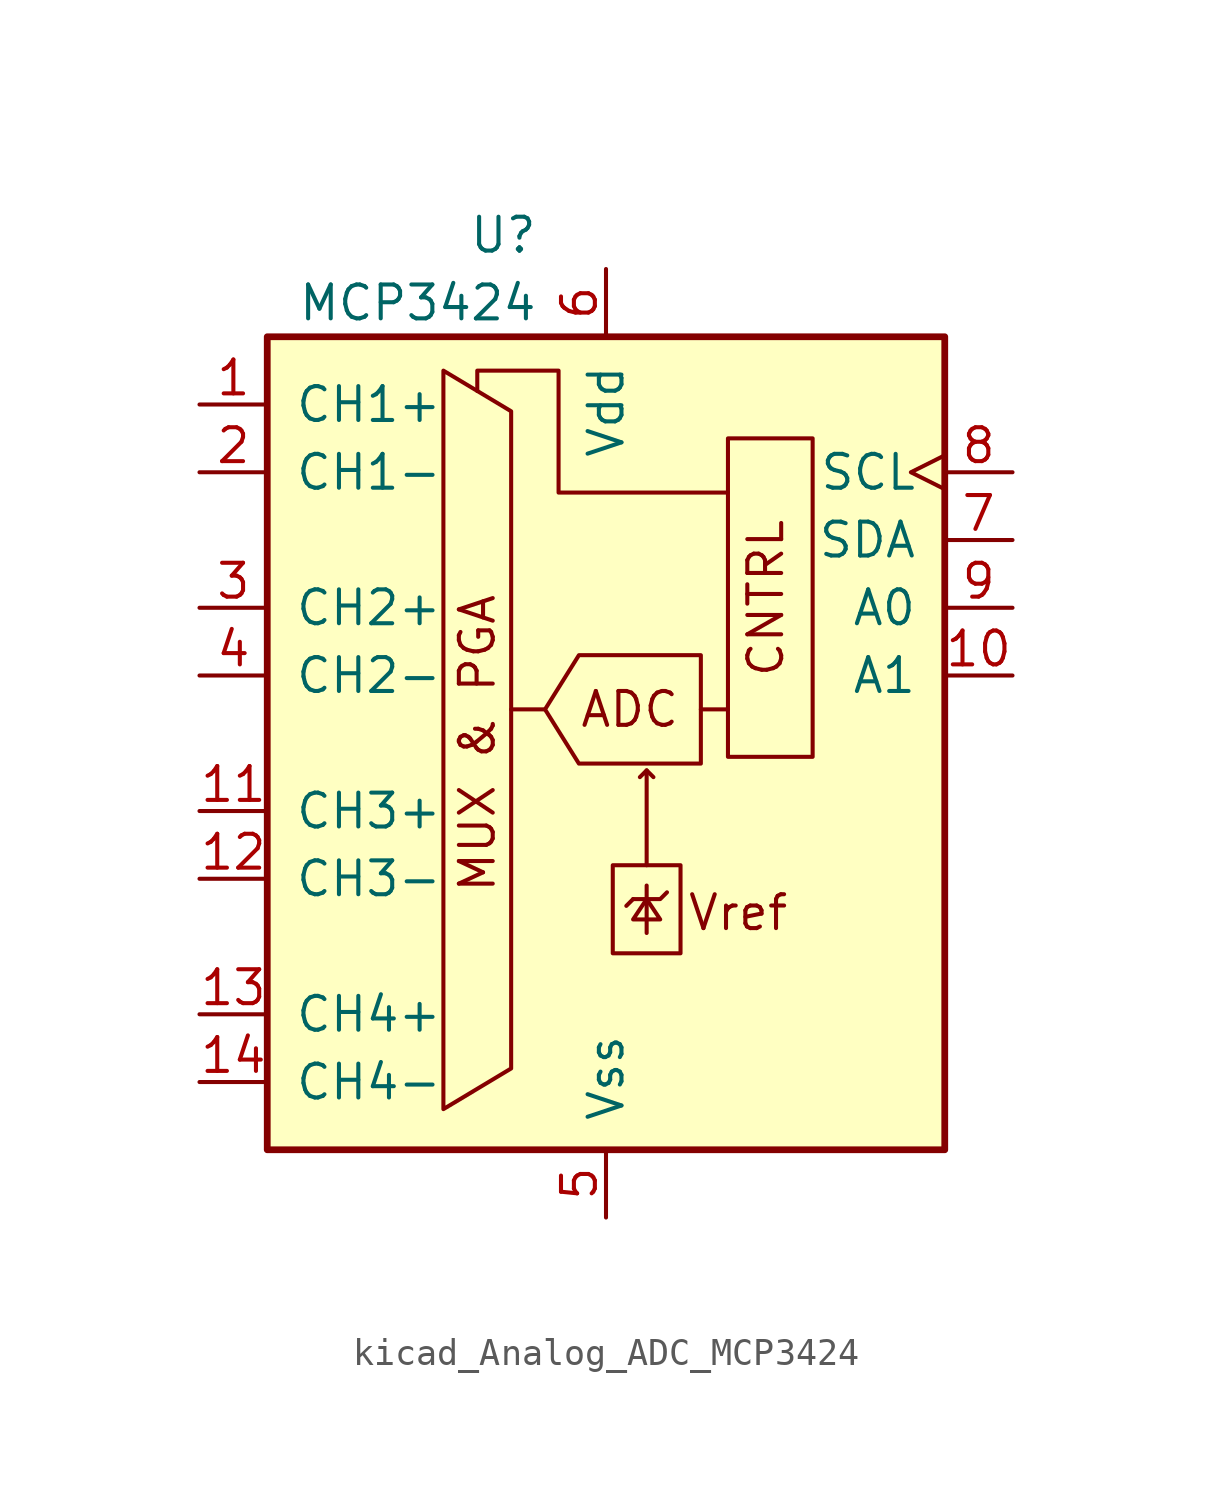
<source format=kicad_sym>
(kicad_symbol_lib
  (version 20220914)
  (generator kicad_symbol_editor)
  (symbol "kicad_Analog_ADC_MCP3424"
    (pin_names
      (offset 1.016))
    (property "Reference" "U"
      (at -2.54 11.43 0)
      (effects (font (size 1.27 1.27)) (justify right)))
    (property "Value" "MCP3424"
      (at -2.54 8.89 0)
      (effects (font (size 1.27 1.27)) (justify right)))
    (symbol "kicad_Analog_ADC_MCP3424_0_0"
      (polyline (pts (xy -6.096 6.35) (xy -3.556 4.826) (xy -3.556 -19.812) (xy -6.096 -21.336) (xy -6.096 6.35)) (stroke (width 0) (type default)) (fill (type none)))
      (polyline (pts (xy 4.572 1.778) (xy -1.778 1.778) (xy -1.778 6.35) (xy -4.826 6.35) (xy -4.826 5.588)) (stroke (width 0) (type default)) (fill (type none)))
      (polyline (pts (xy 3.556 -4.318) (xy 3.556 -8.382) (xy -1.016 -8.382) (xy -2.286 -6.35) (xy -1.016 -4.318) (xy 3.556 -4.318)) (stroke (width 0) (type default)) (fill (type none)))
      (text "ADC" (at 0.889 -6.35 0) (effects (font (size 1.27 1.27))))
      (text "CNTRL" (at 6.731 -5.207 900) (effects (font (size 1.27 1.27)) (justify left bottom)))
      (text "MUX & PGA" (at -4.826 -7.62 900) (effects (font (size 1.27 1.27))))
      (text "Vref" (at 4.953 -13.97 0) (effects (font (size 1.27 1.27)))))
    (symbol "kicad_Analog_ADC_MCP3424_0_1"
      (polyline (pts (xy -3.556 -6.35) (xy -2.286 -6.35)) (stroke (width 0) (type default)) (fill (type none)))
      (polyline (pts (xy 1.016 -13.462) (xy 0.762 -13.716)) (stroke (width 0) (type default)) (fill (type none)))
      (polyline (pts (xy 1.524 -12.954) (xy 1.524 -14.732)) (stroke (width 0) (type default)) (fill (type none)))
      (polyline (pts (xy 1.524 -8.636) (xy 1.778 -8.89)) (stroke (width 0) (type default)) (fill (type none)))
      (polyline (pts (xy 3.556 -6.35) (xy 4.572 -6.35)) (stroke (width 0) (type default)) (fill (type none)))
      (polyline (pts (xy 1.016 -13.462) (xy 2.032 -13.462) (xy 2.286 -13.208)) (stroke (width 0) (type default)) (fill (type none)))
      (polyline (pts (xy 1.524 -12.192) (xy 1.524 -8.636) (xy 1.27 -8.89)) (stroke (width 0) (type default)) (fill (type none)))
      (polyline (pts (xy 1.524 -13.462) (xy 1.016 -14.224) (xy 2.032 -14.224) (xy 1.524 -13.462)) (stroke (width 0) (type default)) (fill (type none)))
      (rectangle (start 0.254 -12.192) (end 2.794 -15.494) (stroke (width 0) (type default)) (fill (type none)))
      (rectangle (start 4.572 -8.128) (end 7.747 3.81) (stroke (width 0) (type default)) (fill (type none)))
      (rectangle (start 12.7 7.62) (end -12.7 -22.86) (stroke (width 0.254) (type default)) (fill (type background))))
    (symbol "kicad_Analog_ADC_MCP3424_1_1"
      (pin input line (at -15.24 5.08 0) (length 2.54) (name "CH1+" (effects (font (size 1.27 1.27)))) (number "1" (effects (font (size 1.27 1.27)))))
      (pin input line (at 15.24 -5.08 180) (length 2.54) (name "A1" (effects (font (size 1.27 1.27)))) (number "10" (effects (font (size 1.27 1.27)))))
      (pin input line (at -15.24 -10.16 0) (length 2.54) (name "CH3+" (effects (font (size 1.27 1.27)))) (number "11" (effects (font (size 1.27 1.27)))))
      (pin input line (at -15.24 -12.7 0) (length 2.54) (name "CH3-" (effects (font (size 1.27 1.27)))) (number "12" (effects (font (size 1.27 1.27)))))
      (pin input line (at -15.24 -17.78 0) (length 2.54) (name "CH4+" (effects (font (size 1.27 1.27)))) (number "13" (effects (font (size 1.27 1.27)))))
      (pin input line (at -15.24 -20.32 0) (length 2.54) (name "CH4-" (effects (font (size 1.27 1.27)))) (number "14" (effects (font (size 1.27 1.27)))))
      (pin input line (at -15.24 2.54 0) (length 2.54) (name "CH1-" (effects (font (size 1.27 1.27)))) (number "2" (effects (font (size 1.27 1.27)))))
      (pin input line (at -15.24 -2.54 0) (length 2.54) (name "CH2+" (effects (font (size 1.27 1.27)))) (number "3" (effects (font (size 1.27 1.27)))))
      (pin input line (at -15.24 -5.08 0) (length 2.54) (name "CH2-" (effects (font (size 1.27 1.27)))) (number "4" (effects (font (size 1.27 1.27)))))
      (pin power_in line (at 0 -25.4 90) (length 2.54) (name "Vss" (effects (font (size 1.27 1.27)))) (number "5" (effects (font (size 1.27 1.27)))))
      (pin power_in line (at 0 10.16 270) (length 2.54) (name "Vdd" (effects (font (size 1.27 1.27)))) (number "6" (effects (font (size 1.27 1.27)))))
      (pin bidirectional line (at 15.24 0 180) (length 2.54) (name "SDA" (effects (font (size 1.27 1.27)))) (number "7" (effects (font (size 1.27 1.27)))))
      (pin input clock (at 15.24 2.54 180) (length 2.54) (name "SCL" (effects (font (size 1.27 1.27)))) (number "8" (effects (font (size 1.27 1.27)))))
      (pin input line (at 15.24 -2.54 180) (length 2.54) (name "A0" (effects (font (size 1.27 1.27)))) (number "9" (effects (font (size 1.27 1.27))))))))
</source>
